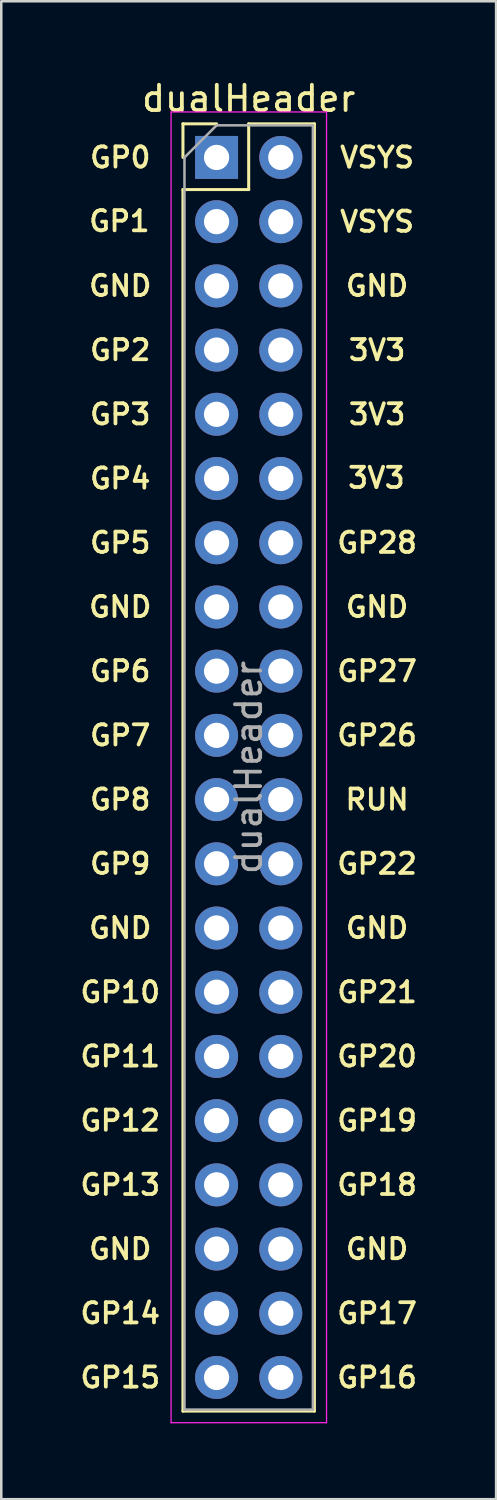
<source format=kicad_pcb>
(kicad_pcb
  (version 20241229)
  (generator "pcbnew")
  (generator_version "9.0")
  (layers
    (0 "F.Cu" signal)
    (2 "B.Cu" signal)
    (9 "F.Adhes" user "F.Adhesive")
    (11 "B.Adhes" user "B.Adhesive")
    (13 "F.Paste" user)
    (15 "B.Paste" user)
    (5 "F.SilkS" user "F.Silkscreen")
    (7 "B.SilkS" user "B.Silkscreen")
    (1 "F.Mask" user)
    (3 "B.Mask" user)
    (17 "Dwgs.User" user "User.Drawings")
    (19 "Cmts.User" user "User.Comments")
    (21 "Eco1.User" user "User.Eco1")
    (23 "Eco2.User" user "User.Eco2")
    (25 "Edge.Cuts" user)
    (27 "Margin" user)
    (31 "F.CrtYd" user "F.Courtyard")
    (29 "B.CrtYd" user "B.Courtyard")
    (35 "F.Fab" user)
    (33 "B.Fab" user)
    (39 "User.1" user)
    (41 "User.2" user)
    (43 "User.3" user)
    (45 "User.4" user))
  (footprint "dualHeader"
    (layer "F.Cu")
    (at 5.517 3.178)
    (property "Reference" "dualHeader" (at 1.27 -2.33 0) (layer "F.SilkS") (effects (font (size 1 1) (thickness 0.15))))
    (attr through_hole)
    (fp_line (start -1.33 -1.33) (end 0 -1.33) (stroke (width 0.12) (type solid)) (layer "F.SilkS"))
    (fp_line (start -1.33 0) (end -1.33 -1.33) (stroke (width 0.12) (type solid)) (layer "F.SilkS"))
    (fp_line (start -1.33 1.27) (end -1.33 49.59) (stroke (width 0.12) (type solid)) (layer "F.SilkS"))
    (fp_line (start -1.33 1.27) (end 1.27 1.27) (stroke (width 0.12) (type solid)) (layer "F.SilkS"))
    (fp_line (start -1.33 49.59) (end 3.87 49.59) (stroke (width 0.12) (type solid)) (layer "F.SilkS"))
    (fp_line (start 1.27 -1.33) (end 3.87 -1.33) (stroke (width 0.12) (type solid)) (layer "F.SilkS"))
    (fp_line (start 1.27 1.27) (end 1.27 -1.33) (stroke (width 0.12) (type solid)) (layer "F.SilkS"))
    (fp_line (start 3.87 -1.33) (end 3.87 49.59) (stroke (width 0.12) (type solid)) (layer "F.SilkS"))
    (fp_line (start -1.8 -1.8) (end -1.8 50.05) (stroke (width 0.05) (type solid)) (layer "F.CrtYd"))
    (fp_line (start -1.8 50.05) (end 4.35 50.05) (stroke (width 0.05) (type solid)) (layer "F.CrtYd"))
    (fp_line (start 4.35 -1.8) (end -1.8 -1.8) (stroke (width 0.05) (type solid)) (layer "F.CrtYd"))
    (fp_line (start 4.35 50.05) (end 4.35 -1.8) (stroke (width 0.05) (type solid)) (layer "F.CrtYd"))
    (fp_line (start -1.27 0) (end 0 -1.27) (stroke (width 0.1) (type solid)) (layer "F.Fab"))
    (fp_line (start -1.27 49.53) (end -1.27 0) (stroke (width 0.1) (type solid)) (layer "F.Fab"))
    (fp_line (start 0 -1.27) (end 3.81 -1.27) (stroke (width 0.1) (type solid)) (layer "F.Fab"))
    (fp_line (start 3.81 -1.27) (end 3.81 49.53) (stroke (width 0.1) (type solid)) (layer "F.Fab"))
    (fp_line (start 3.81 49.53) (end -1.27 49.53) (stroke (width 0.1) (type solid)) (layer "F.Fab"))
    (fp_text user "GND" (at 6.35 43.18 0) (unlocked yes) (layer "F.SilkS") (effects (font (size 0.8 0.8) (thickness 0.15))))
    (fp_text user "GP14" (at -3.81 45.72 0) (unlocked yes) (layer "F.SilkS") (effects (font (size 0.8 0.8) (thickness 0.15))))
    (fp_text user "GP28" (at 6.35 15.24 0) (unlocked yes) (layer "F.SilkS") (effects (font (size 0.8 0.8) (thickness 0.15))))
    (fp_text user "VSYS" (at 6.35 2.54 0) (unlocked yes) (layer "F.SilkS") (effects (font (size 0.8 0.8) (thickness 0.15))))
    (fp_text user "3V3" (at 6.35 10.16 0) (unlocked yes) (layer "F.SilkS") (effects (font (size 0.8 0.8) (thickness 0.15))))
    (fp_text user "GP27" (at 6.35 20.32 0) (unlocked yes) (layer "F.SilkS") (effects (font (size 0.8 0.8) (thickness 0.15))))
    (fp_text user "GP6" (at -3.81 20.32 0) (unlocked yes) (layer "F.SilkS") (effects (font (size 0.8 0.8) (thickness 0.15))))
    (fp_text user "GP22" (at 6.35 27.94 0) (unlocked yes) (layer "F.SilkS") (effects (font (size 0.8 0.8) (thickness 0.15))))
    (fp_text user "GP11" (at -3.81 35.56 0) (unlocked yes) (layer "F.SilkS") (effects (font (size 0.8 0.8) (thickness 0.15))))
    (fp_text user "3V3" (at 6.321 12.673 0) (unlocked yes) (layer "F.SilkS") (effects (font (size 0.8 0.8) (thickness 0.15))))
    (fp_text user "GP2" (at -3.81 7.62 0) (unlocked yes) (layer "F.SilkS") (effects (font (size 0.8 0.8) (thickness 0.15))))
    (fp_text user "GP8" (at -3.81 25.4 0) (unlocked yes) (layer "F.SilkS") (effects (font (size 0.8 0.8) (thickness 0.15))))
    (fp_text user "GP17" (at 6.35 45.72 0) (unlocked yes) (layer "F.SilkS") (effects (font (size 0.8 0.8) (thickness 0.15))))
    (fp_text user "GP19" (at 6.35 38.1 0) (unlocked yes) (layer "F.SilkS") (effects (font (size 0.8 0.8) (thickness 0.15))))
    (fp_text user "3V3" (at 6.35 7.62 0) (unlocked yes) (layer "F.SilkS") (effects (font (size 0.8 0.8) (thickness 0.15))))
    (fp_text user "GND" (at -3.81 43.18 0) (unlocked yes) (layer "F.SilkS") (effects (font (size 0.8 0.8) (thickness 0.15))))
    (fp_text user "VSYS" (at 6.35 0 0) (unlocked yes) (layer "F.SilkS") (effects (font (size 0.8 0.8) (thickness 0.15))))
    (fp_text user "GND" (at -3.81 30.48 0) (unlocked yes) (layer "F.SilkS") (effects (font (size 0.8 0.8) (thickness 0.15))))
    (fp_text user "GP3" (at -3.81 10.16 0) (unlocked yes) (layer "F.SilkS") (effects (font (size 0.8 0.8) (thickness 0.15))))
    (fp_text user "GP5" (at -3.81 15.24 0) (unlocked yes) (layer "F.SilkS") (effects (font (size 0.8 0.8) (thickness 0.15))))
    (fp_text user "GP9" (at -3.81 27.94 0) (unlocked yes) (layer "F.SilkS") (effects (font (size 0.8 0.8) (thickness 0.15))))
    (fp_text user "GP13" (at -3.81 40.64 0) (unlocked yes) (layer "F.SilkS") (effects (font (size 0.8 0.8) (thickness 0.15))))
    (fp_text user "GP26" (at 6.35 22.86 0) (unlocked yes) (layer "F.SilkS") (effects (font (size 0.8 0.8) (thickness 0.15))))
    (fp_text user "GND" (at -3.81 5.08 0) (unlocked yes) (layer "F.SilkS") (effects (font (size 0.8 0.8) (thickness 0.15))))
    (fp_text user "GP16" (at 6.35 48.26 0) (unlocked yes) (layer "F.SilkS") (effects (font (size 0.8 0.8) (thickness 0.15))))
    (fp_text user "RUN" (at 6.35 25.4 0) (unlocked yes) (layer "F.SilkS") (effects (font (size 0.8 0.8) (thickness 0.15))))
    (fp_text user "GND" (at 6.35 17.78 0) (unlocked yes) (layer "F.SilkS") (effects (font (size 0.8 0.8) (thickness 0.15))))
    (fp_text user "GND" (at 6.35 5.08 0) (unlocked yes) (layer "F.SilkS") (effects (font (size 0.8 0.8) (thickness 0.15))))
    (fp_text user "GND" (at -3.81 17.78 0) (unlocked yes) (layer "F.SilkS") (effects (font (size 0.8 0.8) (thickness 0.15))))
    (fp_text user "GP0" (at -3.81 0 0) (unlocked yes) (layer "F.SilkS") (effects (font (size 0.8 0.8) (thickness 0.15))))
    (fp_text user "GND" (at 6.35 30.48 0) (unlocked yes) (layer "F.SilkS") (effects (font (size 0.8 0.8) (thickness 0.15))))
    (fp_text user "GP18" (at 6.35 40.64 0) (unlocked yes) (layer "F.SilkS") (effects (font (size 0.8 0.8) (thickness 0.15))))
    (fp_text user "GP12" (at -3.81 38.1 0) (unlocked yes) (layer "F.SilkS") (effects (font (size 0.8 0.8) (thickness 0.15))))
    (fp_text user "GP7" (at -3.81 22.86 0) (unlocked yes) (layer "F.SilkS") (effects (font (size 0.8 0.8) (thickness 0.15))))
    (fp_text user "GP20" (at 6.35 35.56 0) (unlocked yes) (layer "F.SilkS") (effects (font (size 0.8 0.8) (thickness 0.15))))
    (fp_text user "GP15" (at -3.81 48.26 0) (unlocked yes) (layer "F.SilkS") (effects (font (size 0.8 0.8) (thickness 0.15))))
    (fp_text user "GP21" (at 6.35 33.02 0) (unlocked yes) (layer "F.SilkS") (effects (font (size 0.8 0.8) (thickness 0.15))))
    (fp_text user "GP1" (at -3.845 2.521 0) (unlocked yes) (layer "F.SilkS") (effects (font (size 0.8 0.8) (thickness 0.15))))
    (fp_text user "GP10" (at -3.81 33.02 0) (unlocked yes) (layer "F.SilkS") (effects (font (size 0.8 0.8) (thickness 0.15))))
    (fp_text user "GP4" (at -3.81 12.7 0) (unlocked yes) (layer "F.SilkS") (effects (font (size 0.8 0.8) (thickness 0.15))))
    (fp_text user "${REFERENCE}" (at 1.27 24.13 90) (layer "F.Fab") (effects (font (size 1 1) (thickness 0.15))))
    (pad "1" thru_hole rect (at 0 0) (size 1.7 1.7) (drill 1) (layers "*.Cu" "*.Mask"))
    (pad "2" thru_hole oval (at 0 2.54) (size 1.7 1.7) (drill 1) (layers "*.Cu" "*.Mask"))
    (pad "3" thru_hole oval (at 0 5.08) (size 1.7 1.7) (drill 1) (layers "*.Cu" "*.Mask"))
    (pad "4" thru_hole oval (at 0 7.62) (size 1.7 1.7) (drill 1) (layers "*.Cu" "*.Mask"))
    (pad "5" thru_hole oval (at 0 10.16) (size 1.7 1.7) (drill 1) (layers "*.Cu" "*.Mask"))
    (pad "6" thru_hole oval (at 0 12.7) (size 1.7 1.7) (drill 1) (layers "*.Cu" "*.Mask"))
    (pad "7" thru_hole oval (at 0 15.24) (size 1.7 1.7) (drill 1) (layers "*.Cu" "*.Mask"))
    (pad "8" thru_hole oval (at 0 17.78) (size 1.7 1.7) (drill 1) (layers "*.Cu" "*.Mask"))
    (pad "9" thru_hole oval (at 0 20.32) (size 1.7 1.7) (drill 1) (layers "*.Cu" "*.Mask"))
    (pad "10" thru_hole oval (at 0 22.86) (size 1.7 1.7) (drill 1) (layers "*.Cu" "*.Mask"))
    (pad "11" thru_hole oval (at 0 25.4) (size 1.7 1.7) (drill 1) (layers "*.Cu" "*.Mask"))
    (pad "12" thru_hole oval (at 0 27.94) (size 1.7 1.7) (drill 1) (layers "*.Cu" "*.Mask"))
    (pad "13" thru_hole oval (at 0 30.48) (size 1.7 1.7) (drill 1) (layers "*.Cu" "*.Mask"))
    (pad "14" thru_hole oval (at 0 33.02) (size 1.7 1.7) (drill 1) (layers "*.Cu" "*.Mask"))
    (pad "15" thru_hole oval (at 0 35.56) (size 1.7 1.7) (drill 1) (layers "*.Cu" "*.Mask"))
    (pad "16" thru_hole oval (at 0 38.1) (size 1.7 1.7) (drill 1) (layers "*.Cu" "*.Mask"))
    (pad "17" thru_hole oval (at 0 40.64) (size 1.7 1.7) (drill 1) (layers "*.Cu" "*.Mask"))
    (pad "18" thru_hole oval (at 0 43.18) (size 1.7 1.7) (drill 1) (layers "*.Cu" "*.Mask"))
    (pad "19" thru_hole oval (at 0 45.72) (size 1.7 1.7) (drill 1) (layers "*.Cu" "*.Mask"))
    (pad "20" thru_hole oval (at 0 48.26) (size 1.7 1.7) (drill 1) (layers "*.Cu" "*.Mask"))
    (pad "21" thru_hole oval (at 2.54 48.26) (size 1.7 1.7) (drill 1) (layers "*.Cu" "*.Mask"))
    (pad "22" thru_hole oval (at 2.54 45.72) (size 1.7 1.7) (drill 1) (layers "*.Cu" "*.Mask"))
    (pad "23" thru_hole oval (at 2.54 43.18) (size 1.7 1.7) (drill 1) (layers "*.Cu" "*.Mask"))
    (pad "24" thru_hole oval (at 2.54 40.64) (size 1.7 1.7) (drill 1) (layers "*.Cu" "*.Mask"))
    (pad "25" thru_hole oval (at 2.54 38.1) (size 1.7 1.7) (drill 1) (layers "*.Cu" "*.Mask"))
    (pad "26" thru_hole oval (at 2.54 35.56) (size 1.7 1.7) (drill 1) (layers "*.Cu" "*.Mask"))
    (pad "27" thru_hole oval (at 2.54 33.02) (size 1.7 1.7) (drill 1) (layers "*.Cu" "*.Mask"))
    (pad "28" thru_hole oval (at 2.54 30.48) (size 1.7 1.7) (drill 1) (layers "*.Cu" "*.Mask"))
    (pad "29" thru_hole oval (at 2.54 27.94) (size 1.7 1.7) (drill 1) (layers "*.Cu" "*.Mask"))
    (pad "30" thru_hole oval (at 2.54 25.4) (size 1.7 1.7) (drill 1) (layers "*.Cu" "*.Mask"))
    (pad "31" thru_hole oval (at 2.54 22.86) (size 1.7 1.7) (drill 1) (layers "*.Cu" "*.Mask"))
    (pad "32" thru_hole oval (at 2.54 20.32) (size 1.7 1.7) (drill 1) (layers "*.Cu" "*.Mask"))
    (pad "33" thru_hole oval (at 2.54 17.78) (size 1.7 1.7) (drill 1) (layers "*.Cu" "*.Mask"))
    (pad "34" thru_hole oval (at 2.54 15.24) (size 1.7 1.7) (drill 1) (layers "*.Cu" "*.Mask"))
    (pad "35" thru_hole oval (at 2.54 12.7) (size 1.7 1.7) (drill 1) (layers "*.Cu" "*.Mask"))
    (pad "36" thru_hole oval (at 2.54 10.16) (size 1.7 1.7) (drill 1) (layers "*.Cu" "*.Mask"))
    (pad "37" thru_hole oval (at 2.54 7.62) (size 1.7 1.7) (drill 1) (layers "*.Cu" "*.Mask"))
    (pad "38" thru_hole oval (at 2.54 5.08) (size 1.7 1.7) (drill 1) (layers "*.Cu" "*.Mask"))
    (pad "39" thru_hole oval (at 2.54 2.54) (size 1.7 1.7) (drill 1) (layers "*.Cu" "*.Mask"))
    (pad "40" thru_hole oval (at 2.54 0) (size 1.7 1.7) (drill 1) (layers "*.Cu" "*.Mask")))
  (gr_rect
    (start -3 -3)
    (end 16.574 56.253)
    (stroke (width 0.1) (type default))
    (fill no)
    (layer "Edge.Cuts")))
</source>
